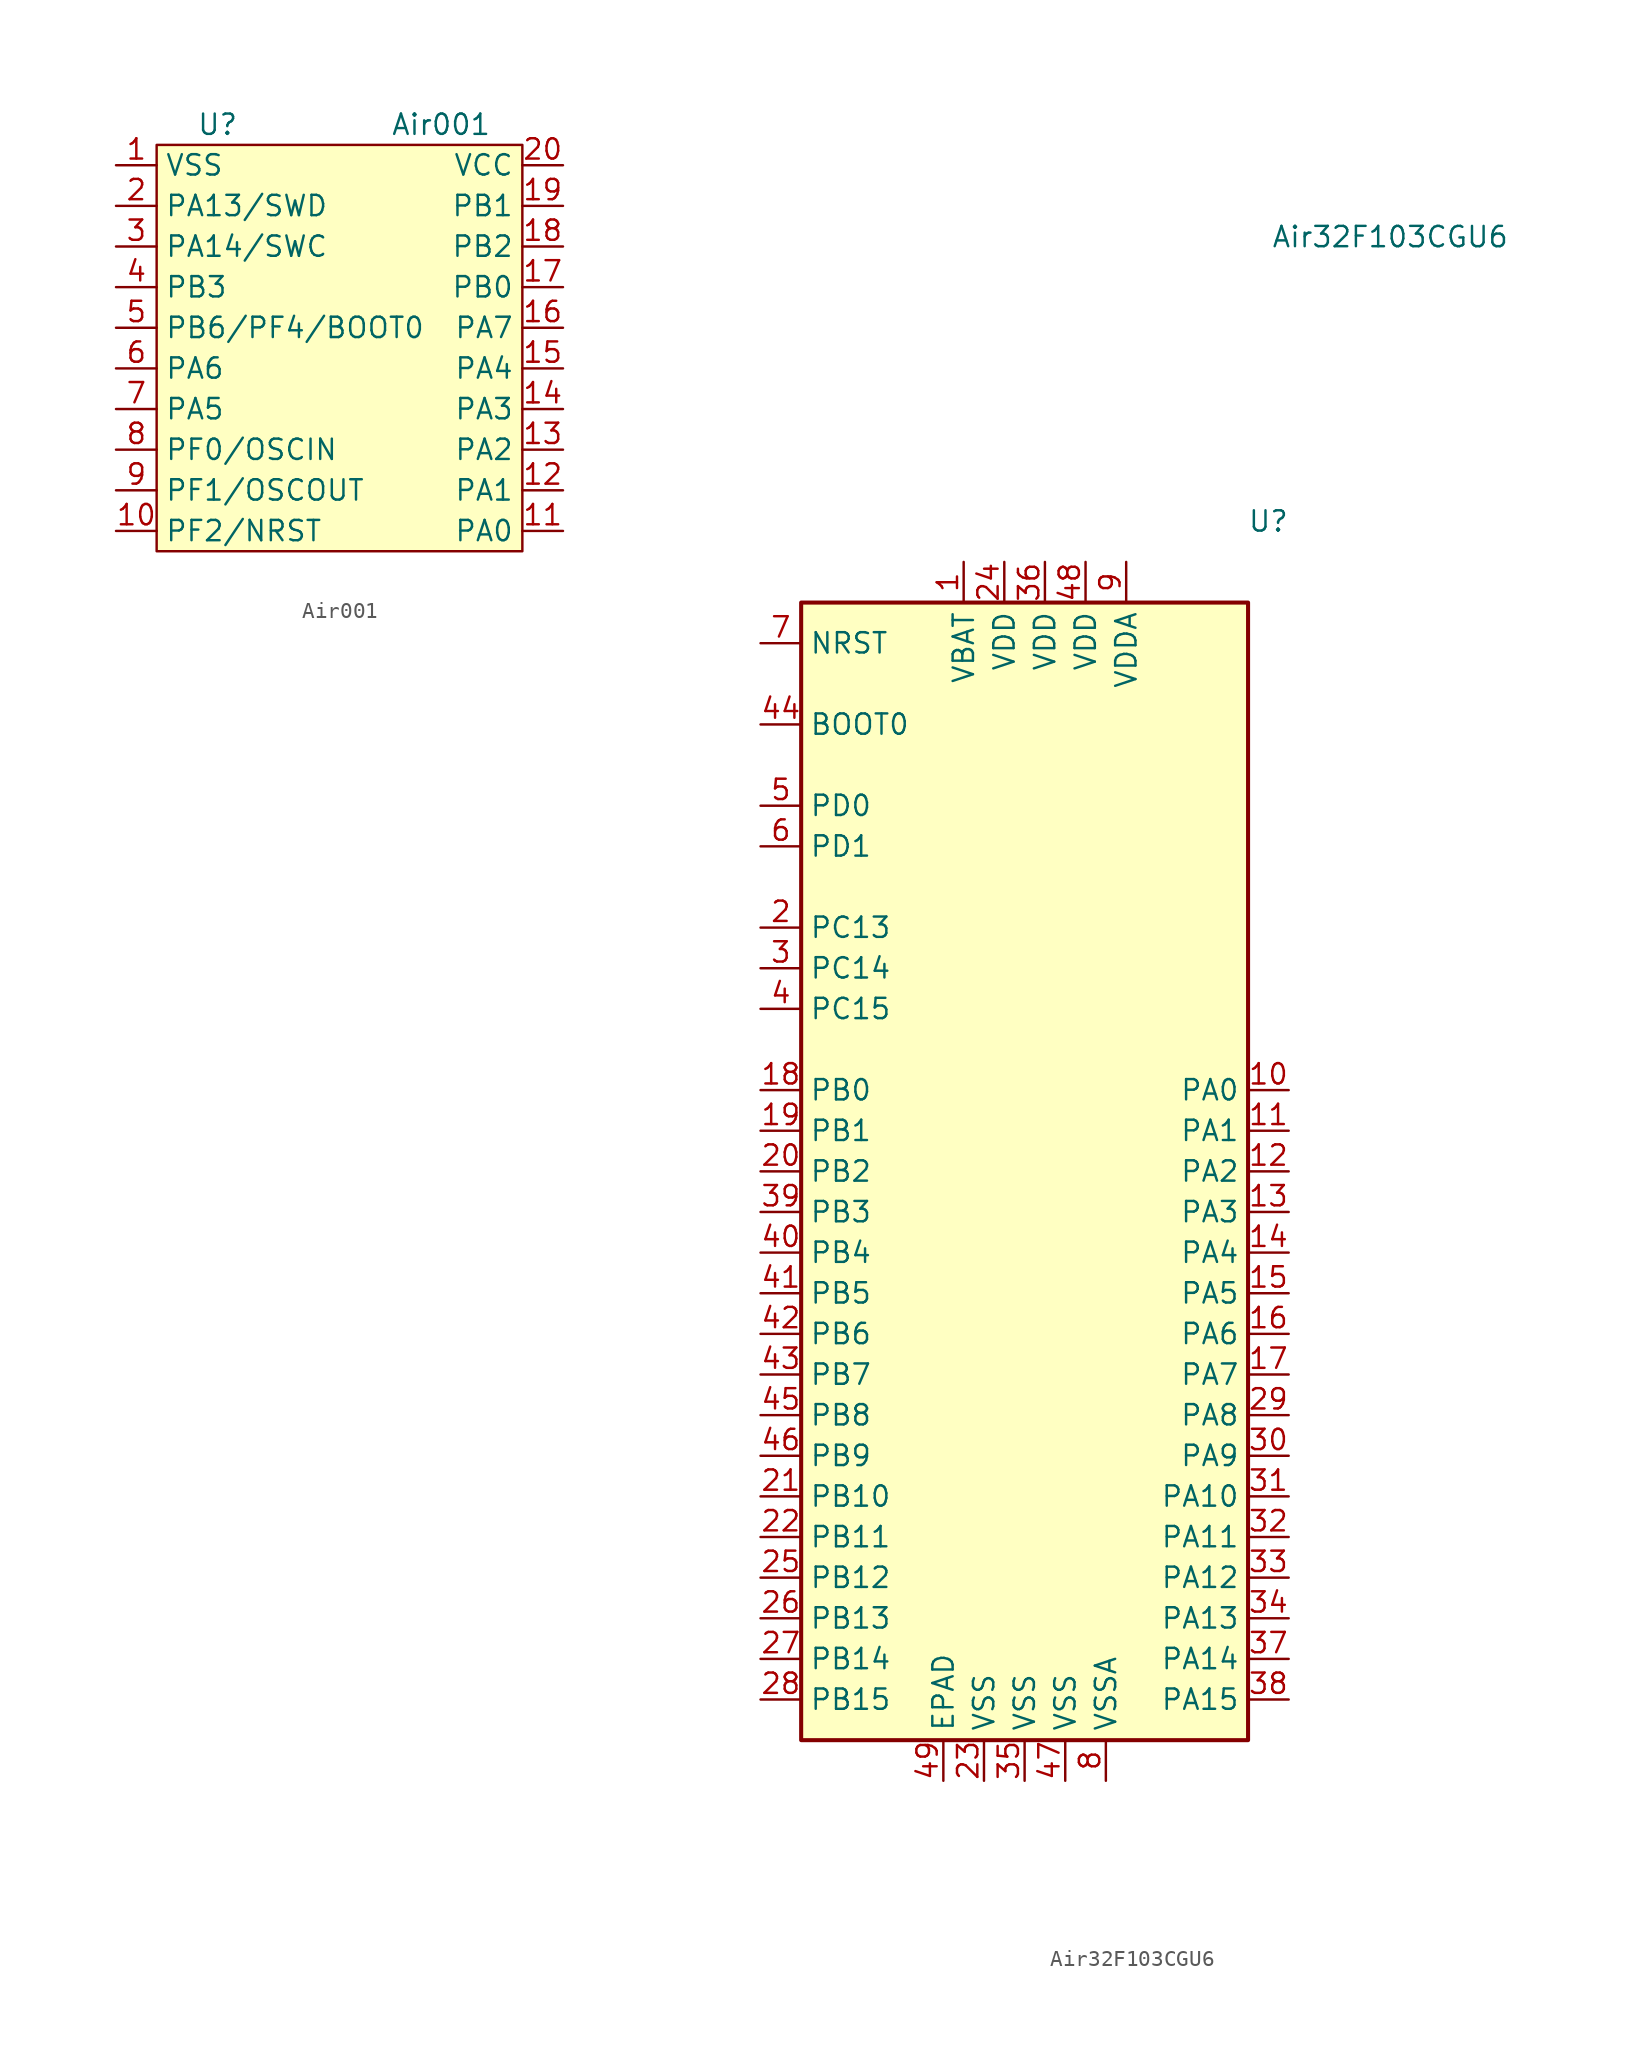
<source format=kicad_sym>
(kicad_symbol_lib
  (version 20220914)
  (generator kicad_symbol_editor)
  (symbol "Air001"
    (property "Reference" "U"
      (at -7.62 15.24 0)
      (effects (font (size 1.27 1.27))))
    (property "Value" "Air001"
      (at 6.35 15.24 0)
      (effects (font (size 1.27 1.27))))
    (symbol "Air001_0_0"
      (text "" (at -7.62 15.24 0) (effects (font (size 1.27 1.27))))
      (text "" (at -7.62 15.24 0) (effects (font (size 1.27 1.27)))))
    (symbol "Air001_0_1"
      (rectangle (start -11.43 13.97) (end 11.43 -11.43) (stroke (width 0) (type default)) (fill (type background))))
    (symbol "Air001_1_1"
      (pin power_in line (at -13.97 12.7 0) (length 2.54) (name "VSS" (effects (font (size 1.27 1.27)))) (number "1" (effects (font (size 1.27 1.27)))))
      (pin bidirectional line (at -13.97 -10.16 0) (length 2.54) (name "PF2/NRST" (effects (font (size 1.27 1.27)))) (number "10" (effects (font (size 1.27 1.27)))))
      (pin bidirectional line (at 13.97 -10.16 180) (length 2.54) (name "PA0" (effects (font (size 1.27 1.27)))) (number "11" (effects (font (size 1.27 1.27)))))
      (pin bidirectional line (at 13.97 -7.62 180) (length 2.54) (name "PA1" (effects (font (size 1.27 1.27)))) (number "12" (effects (font (size 1.27 1.27)))))
      (pin bidirectional line (at 13.97 -5.08 180) (length 2.54) (name "PA2" (effects (font (size 1.27 1.27)))) (number "13" (effects (font (size 1.27 1.27)))))
      (pin bidirectional line (at 13.97 -2.54 180) (length 2.54) (name "PA3" (effects (font (size 1.27 1.27)))) (number "14" (effects (font (size 1.27 1.27)))))
      (pin bidirectional line (at 13.97 0 180) (length 2.54) (name "PA4" (effects (font (size 1.27 1.27)))) (number "15" (effects (font (size 1.27 1.27)))))
      (pin bidirectional line (at 13.97 2.54 180) (length 2.54) (name "PA7" (effects (font (size 1.27 1.27)))) (number "16" (effects (font (size 1.27 1.27)))))
      (pin bidirectional line (at 13.97 5.08 180) (length 2.54) (name "PB0" (effects (font (size 1.27 1.27)))) (number "17" (effects (font (size 1.27 1.27)))))
      (pin bidirectional line (at 13.97 7.62 180) (length 2.54) (name "PB2" (effects (font (size 1.27 1.27)))) (number "18" (effects (font (size 1.27 1.27)))))
      (pin bidirectional line (at 13.97 10.16 180) (length 2.54) (name "PB1" (effects (font (size 1.27 1.27)))) (number "19" (effects (font (size 1.27 1.27)))))
      (pin bidirectional line (at -13.97 10.16 0) (length 2.54) (name "PA13/SWD" (effects (font (size 1.27 1.27)))) (number "2" (effects (font (size 1.27 1.27)))))
      (pin power_in line (at 13.97 12.7 180) (length 2.54) (name "VCC" (effects (font (size 1.27 1.27)))) (number "20" (effects (font (size 1.27 1.27)))))
      (pin bidirectional line (at -13.97 7.62 0) (length 2.54) (name "PA14/SWC" (effects (font (size 1.27 1.27)))) (number "3" (effects (font (size 1.27 1.27)))))
      (pin bidirectional line (at -13.97 5.08 0) (length 2.54) (name "PB3" (effects (font (size 1.27 1.27)))) (number "4" (effects (font (size 1.27 1.27)))))
      (pin bidirectional line (at -13.97 2.54 0) (length 2.54) (name "PB6/PF4/BOOT0" (effects (font (size 1.27 1.27)))) (number "5" (effects (font (size 1.27 1.27)))))
      (pin bidirectional line (at -13.97 0 0) (length 2.54) (name "PA6" (effects (font (size 1.27 1.27)))) (number "6" (effects (font (size 1.27 1.27)))))
      (pin bidirectional line (at -13.97 -2.54 0) (length 2.54) (name "PA5" (effects (font (size 1.27 1.27)))) (number "7" (effects (font (size 1.27 1.27)))))
      (pin bidirectional line (at -13.97 -5.08 0) (length 2.54) (name "PF0/OSCIN" (effects (font (size 1.27 1.27)))) (number "8" (effects (font (size 1.27 1.27)))))
      (pin bidirectional line (at -13.97 -7.62 0) (length 2.54) (name "PF1/OSCOUT" (effects (font (size 1.27 1.27)))) (number "9" (effects (font (size 1.27 1.27)))))))
  (symbol "Air32F103CGU6"
    (property "Reference" "U"
      (at 15.24 36.83 0)
      (effects (font (size 1.27 1.27))))
    (property "Value" "Air32F103CGU6"
      (at 22.86 54.61 0)
      (effects (font (size 1.27 1.27))))
    (symbol "Air32F103CGU6_0_1"
      (rectangle (start -13.97 31.75) (end 13.97 -39.37) (stroke (width 0.254) (type default)) (fill (type background))))
    (symbol "Air32F103CGU6_1_1"
      (pin power_in line (at -3.81 34.29 270) (length 2.54) (name "VBAT" (effects (font (size 1.27 1.27)))) (number "1" (effects (font (size 1.27 1.27)))))
      (pin bidirectional line (at 16.51 1.27 180) (length 2.54) (name "PA0" (effects (font (size 1.27 1.27)))) (number "10" (effects (font (size 1.27 1.27)))))
      (pin bidirectional line (at 16.51 -1.27 180) (length 2.54) (name "PA1" (effects (font (size 1.27 1.27)))) (number "11" (effects (font (size 1.27 1.27)))))
      (pin bidirectional line (at 16.51 -3.81 180) (length 2.54) (name "PA2" (effects (font (size 1.27 1.27)))) (number "12" (effects (font (size 1.27 1.27)))))
      (pin bidirectional line (at 16.51 -6.35 180) (length 2.54) (name "PA3" (effects (font (size 1.27 1.27)))) (number "13" (effects (font (size 1.27 1.27)))))
      (pin bidirectional line (at 16.51 -8.89 180) (length 2.54) (name "PA4" (effects (font (size 1.27 1.27)))) (number "14" (effects (font (size 1.27 1.27)))))
      (pin bidirectional line (at 16.51 -11.43 180) (length 2.54) (name "PA5" (effects (font (size 1.27 1.27)))) (number "15" (effects (font (size 1.27 1.27)))))
      (pin bidirectional line (at 16.51 -13.97 180) (length 2.54) (name "PA6" (effects (font (size 1.27 1.27)))) (number "16" (effects (font (size 1.27 1.27)))))
      (pin bidirectional line (at 16.51 -16.51 180) (length 2.54) (name "PA7" (effects (font (size 1.27 1.27)))) (number "17" (effects (font (size 1.27 1.27)))))
      (pin bidirectional line (at -16.51 1.27 0) (length 2.54) (name "PB0" (effects (font (size 1.27 1.27)))) (number "18" (effects (font (size 1.27 1.27)))))
      (pin bidirectional line (at -16.51 -1.27 0) (length 2.54) (name "PB1" (effects (font (size 1.27 1.27)))) (number "19" (effects (font (size 1.27 1.27)))))
      (pin bidirectional line (at -16.51 11.43 0) (length 2.54) (name "PC13" (effects (font (size 1.27 1.27)))) (number "2" (effects (font (size 1.27 1.27)))))
      (pin bidirectional line (at -16.51 -3.81 0) (length 2.54) (name "PB2" (effects (font (size 1.27 1.27)))) (number "20" (effects (font (size 1.27 1.27)))))
      (pin bidirectional line (at -16.51 -24.13 0) (length 2.54) (name "PB10" (effects (font (size 1.27 1.27)))) (number "21" (effects (font (size 1.27 1.27)))))
      (pin bidirectional line (at -16.51 -26.67 0) (length 2.54) (name "PB11" (effects (font (size 1.27 1.27)))) (number "22" (effects (font (size 1.27 1.27)))))
      (pin power_in line (at -2.54 -41.91 90) (length 2.54) (name "VSS" (effects (font (size 1.27 1.27)))) (number "23" (effects (font (size 1.27 1.27)))))
      (pin power_in line (at -1.27 34.29 270) (length 2.54) (name "VDD" (effects (font (size 1.27 1.27)))) (number "24" (effects (font (size 1.27 1.27)))))
      (pin bidirectional line (at -16.51 -29.21 0) (length 2.54) (name "PB12" (effects (font (size 1.27 1.27)))) (number "25" (effects (font (size 1.27 1.27)))))
      (pin bidirectional line (at -16.51 -31.75 0) (length 2.54) (name "PB13" (effects (font (size 1.27 1.27)))) (number "26" (effects (font (size 1.27 1.27)))))
      (pin bidirectional line (at -16.51 -34.29 0) (length 2.54) (name "PB14" (effects (font (size 1.27 1.27)))) (number "27" (effects (font (size 1.27 1.27)))))
      (pin bidirectional line (at -16.51 -36.83 0) (length 2.54) (name "PB15" (effects (font (size 1.27 1.27)))) (number "28" (effects (font (size 1.27 1.27)))))
      (pin bidirectional line (at 16.51 -19.05 180) (length 2.54) (name "PA8" (effects (font (size 1.27 1.27)))) (number "29" (effects (font (size 1.27 1.27)))))
      (pin bidirectional line (at -16.51 8.89 0) (length 2.54) (name "PC14" (effects (font (size 1.27 1.27)))) (number "3" (effects (font (size 1.27 1.27)))))
      (pin bidirectional line (at 16.51 -21.59 180) (length 2.54) (name "PA9" (effects (font (size 1.27 1.27)))) (number "30" (effects (font (size 1.27 1.27)))))
      (pin bidirectional line (at 16.51 -24.13 180) (length 2.54) (name "PA10" (effects (font (size 1.27 1.27)))) (number "31" (effects (font (size 1.27 1.27)))))
      (pin bidirectional line (at 16.51 -26.67 180) (length 2.54) (name "PA11" (effects (font (size 1.27 1.27)))) (number "32" (effects (font (size 1.27 1.27)))))
      (pin bidirectional line (at 16.51 -29.21 180) (length 2.54) (name "PA12" (effects (font (size 1.27 1.27)))) (number "33" (effects (font (size 1.27 1.27)))))
      (pin bidirectional line (at 16.51 -31.75 180) (length 2.54) (name "PA13" (effects (font (size 1.27 1.27)))) (number "34" (effects (font (size 1.27 1.27)))))
      (pin power_in line (at 0 -41.91 90) (length 2.54) (name "VSS" (effects (font (size 1.27 1.27)))) (number "35" (effects (font (size 1.27 1.27)))))
      (pin power_in line (at 1.27 34.29 270) (length 2.54) (name "VDD" (effects (font (size 1.27 1.27)))) (number "36" (effects (font (size 1.27 1.27)))))
      (pin bidirectional line (at 16.51 -34.29 180) (length 2.54) (name "PA14" (effects (font (size 1.27 1.27)))) (number "37" (effects (font (size 1.27 1.27)))))
      (pin bidirectional line (at 16.51 -36.83 180) (length 2.54) (name "PA15" (effects (font (size 1.27 1.27)))) (number "38" (effects (font (size 1.27 1.27)))))
      (pin bidirectional line (at -16.51 -6.35 0) (length 2.54) (name "PB3" (effects (font (size 1.27 1.27)))) (number "39" (effects (font (size 1.27 1.27)))))
      (pin bidirectional line (at -16.51 6.35 0) (length 2.54) (name "PC15" (effects (font (size 1.27 1.27)))) (number "4" (effects (font (size 1.27 1.27)))))
      (pin bidirectional line (at -16.51 -8.89 0) (length 2.54) (name "PB4" (effects (font (size 1.27 1.27)))) (number "40" (effects (font (size 1.27 1.27)))))
      (pin bidirectional line (at -16.51 -11.43 0) (length 2.54) (name "PB5" (effects (font (size 1.27 1.27)))) (number "41" (effects (font (size 1.27 1.27)))))
      (pin bidirectional line (at -16.51 -13.97 0) (length 2.54) (name "PB6" (effects (font (size 1.27 1.27)))) (number "42" (effects (font (size 1.27 1.27)))))
      (pin bidirectional line (at -16.51 -16.51 0) (length 2.54) (name "PB7" (effects (font (size 1.27 1.27)))) (number "43" (effects (font (size 1.27 1.27)))))
      (pin input line (at -16.51 24.13 0) (length 2.54) (name "BOOT0" (effects (font (size 1.27 1.27)))) (number "44" (effects (font (size 1.27 1.27)))))
      (pin bidirectional line (at -16.51 -19.05 0) (length 2.54) (name "PB8" (effects (font (size 1.27 1.27)))) (number "45" (effects (font (size 1.27 1.27)))))
      (pin bidirectional line (at -16.51 -21.59 0) (length 2.54) (name "PB9" (effects (font (size 1.27 1.27)))) (number "46" (effects (font (size 1.27 1.27)))))
      (pin power_in line (at 2.54 -41.91 90) (length 2.54) (name "VSS" (effects (font (size 1.27 1.27)))) (number "47" (effects (font (size 1.27 1.27)))))
      (pin power_in line (at 3.81 34.29 270) (length 2.54) (name "VDD" (effects (font (size 1.27 1.27)))) (number "48" (effects (font (size 1.27 1.27)))))
      (pin power_in line (at -5.08 -41.91 90) (length 2.54) (name "EPAD" (effects (font (size 1.27 1.27)))) (number "49" (effects (font (size 1.27 1.27)))))
      (pin bidirectional line (at -16.51 19.05 0) (length 2.54) (name "PD0" (effects (font (size 1.27 1.27)))) (number "5" (effects (font (size 1.27 1.27)))))
      (pin bidirectional line (at -16.51 16.51 0) (length 2.54) (name "PD1" (effects (font (size 1.27 1.27)))) (number "6" (effects (font (size 1.27 1.27)))))
      (pin input line (at -16.51 29.21 0) (length 2.54) (name "NRST" (effects (font (size 1.27 1.27)))) (number "7" (effects (font (size 1.27 1.27)))))
      (pin power_in line (at 5.08 -41.91 90) (length 2.54) (name "VSSA" (effects (font (size 1.27 1.27)))) (number "8" (effects (font (size 1.27 1.27)))))
      (pin power_in line (at 6.35 34.29 270) (length 2.54) (name "VDDA" (effects (font (size 1.27 1.27)))) (number "9" (effects (font (size 1.27 1.27))))))))
</source>
